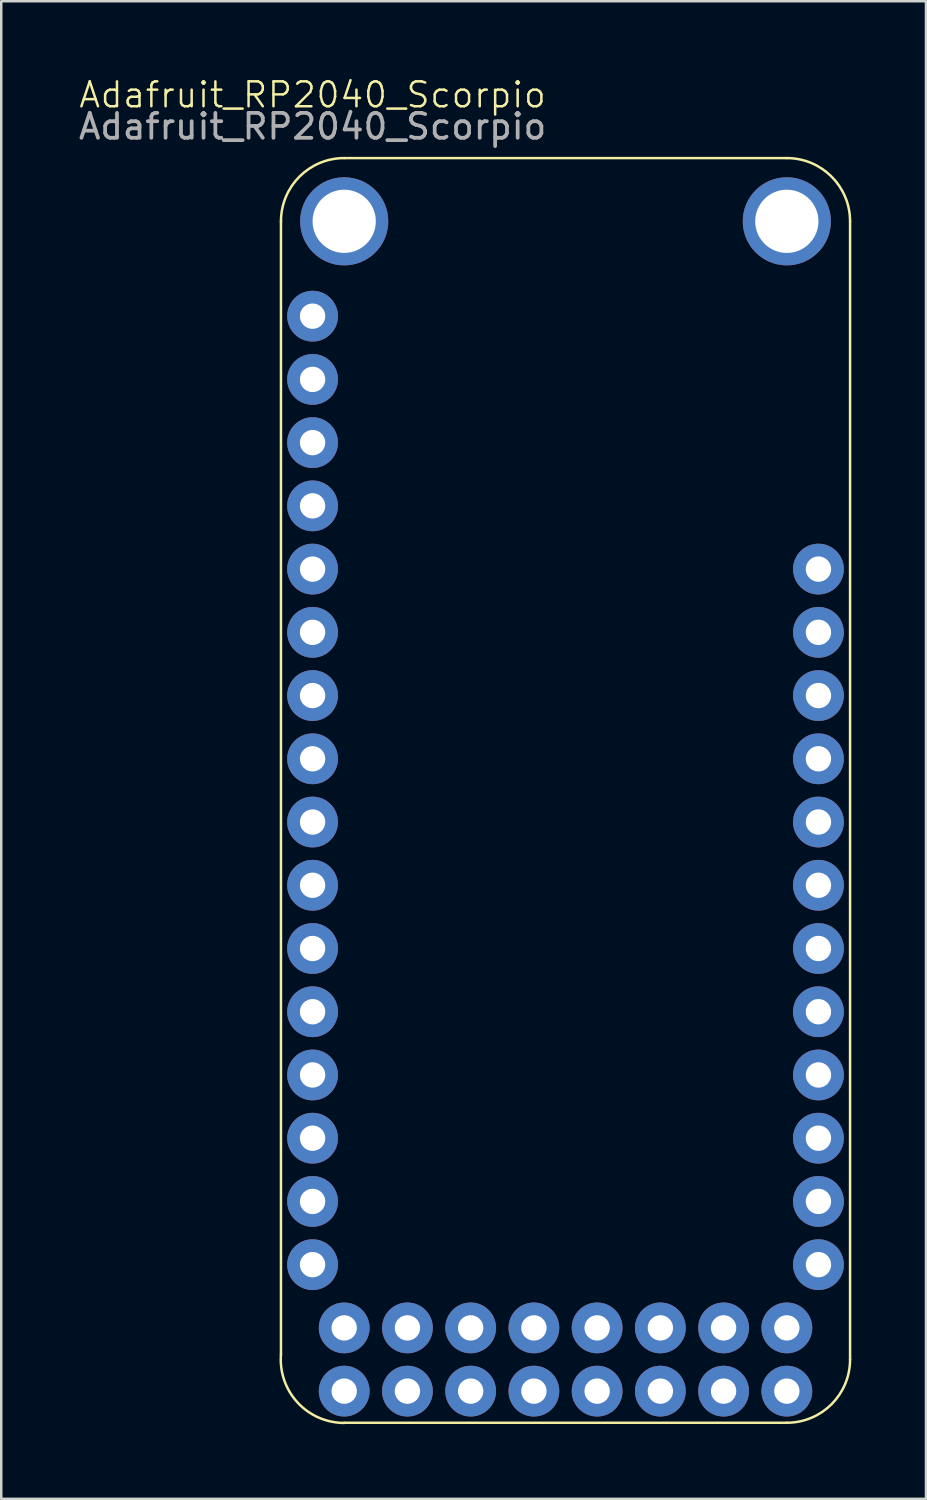
<source format=kicad_pcb>
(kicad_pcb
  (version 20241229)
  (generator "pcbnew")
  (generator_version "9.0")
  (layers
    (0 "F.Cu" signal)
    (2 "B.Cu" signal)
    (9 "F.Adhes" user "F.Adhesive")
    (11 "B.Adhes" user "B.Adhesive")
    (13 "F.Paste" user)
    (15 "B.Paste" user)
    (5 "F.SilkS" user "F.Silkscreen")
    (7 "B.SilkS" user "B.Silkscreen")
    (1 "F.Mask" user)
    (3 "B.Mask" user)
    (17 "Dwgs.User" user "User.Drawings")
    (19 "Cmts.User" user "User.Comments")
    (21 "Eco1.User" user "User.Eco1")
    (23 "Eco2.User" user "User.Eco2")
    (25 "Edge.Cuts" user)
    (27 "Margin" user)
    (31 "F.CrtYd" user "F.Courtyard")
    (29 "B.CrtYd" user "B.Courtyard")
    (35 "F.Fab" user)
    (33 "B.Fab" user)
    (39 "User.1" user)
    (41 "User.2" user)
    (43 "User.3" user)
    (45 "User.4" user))
  (footprint "Adafruit_RP2040_Scorpio"
    (layer "F.Cu")
    (at 9.506 9.65)
    (property "Reference" "Adafruit_RP2040_Scorpio" (at 0 -8.89 0) (unlocked yes) (layer "F.SilkS") (effects (font (size 1 1) (thickness 0.1))))
    (attr through_hole)
    (fp_line (start -1.27 41.71) (end -1.27 -3.81) (stroke (width 0.1) (type default)) (layer "F.SilkS"))
    (fp_line (start 1.27 -6.35) (end 19.05 -6.35) (stroke (width 0.1) (type default)) (layer "F.SilkS"))
    (fp_line (start 19.05 44.45) (end 1.27 44.45) (stroke (width 0.1) (type default)) (layer "F.SilkS"))
    (fp_line (start 21.59 -3.81) (end 21.59 41.91) (stroke (width 0.1) (type default)) (layer "F.SilkS"))
    (fp_arc (start -1.27 -3.81) (mid -0.526051 -5.606051) (end 1.27 -6.35) (stroke (width 0.1) (type default)) (layer "F.SilkS"))
    (fp_arc (start 1.27 44.457861) (mid -0.600985 43.639454) (end -1.269999 41.71) (stroke (width 0.1) (type default)) (layer "F.SilkS"))
    (fp_arc (start 19.05 -6.35) (mid 20.846051 -5.606051) (end 21.59 -3.81) (stroke (width 0.1) (type default)) (layer "F.SilkS"))
    (fp_arc (start 21.59 41.91) (mid 20.846051 43.706051) (end 19.05 44.45) (stroke (width 0.1) (type default)) (layer "F.SilkS"))
    (fp_text user "${REFERENCE}" (at 0 -7.62 0) (unlocked yes) (layer "F.Fab") (effects (font (size 1 1) (thickness 0.15))))
    (pad "" np_thru_hole circle (at 1.27 -3.81) (size 3.54 3.54) (drill 2.54) (layers "*.Cu" "*.Mask"))
    (pad "" np_thru_hole circle (at 19.05 -3.81) (size 3.54 3.54) (drill 2.54) (layers "*.Cu" "*.Mask"))
    (pad "1" thru_hole circle (at 0 0) (size 2.04 2.04) (drill 1.02) (layers "*.Cu" "*.Mask"))
    (pad "2" thru_hole circle (at 0 2.54) (size 2.04 2.04) (drill 1.02) (layers "*.Cu" "*.Mask"))
    (pad "3" thru_hole circle (at 0 5.08) (size 2.04 2.04) (drill 1.02) (layers "*.Cu" "*.Mask"))
    (pad "4" thru_hole circle (at 0 7.62) (size 2.04 2.04) (drill 1.02) (layers "*.Cu" "*.Mask"))
    (pad "5" thru_hole circle (at 0 10.16) (size 2.04 2.04) (drill 1.02) (layers "*.Cu" "*.Mask"))
    (pad "6" thru_hole circle (at 0 12.7) (size 2.04 2.04) (drill 1.02) (layers "*.Cu" "*.Mask"))
    (pad "7" thru_hole circle (at 0 15.24) (size 2.04 2.04) (drill 1.02) (layers "*.Cu" "*.Mask"))
    (pad "8" thru_hole circle (at 0 17.78) (size 2.04 2.04) (drill 1.02) (layers "*.Cu" "*.Mask"))
    (pad "9" thru_hole circle (at 0 20.32) (size 2.04 2.04) (drill 1.02) (layers "*.Cu" "*.Mask"))
    (pad "10" thru_hole circle (at 0 22.86) (size 2.04 2.04) (drill 1.02) (layers "*.Cu" "*.Mask"))
    (pad "11" thru_hole circle (at 0 25.4) (size 2.04 2.04) (drill 1.02) (layers "*.Cu" "*.Mask"))
    (pad "12" thru_hole circle (at 0 27.94) (size 2.04 2.04) (drill 1.02) (layers "*.Cu" "*.Mask"))
    (pad "13" thru_hole circle (at 0 30.48) (size 2.04 2.04) (drill 1.02) (layers "*.Cu" "*.Mask"))
    (pad "14" thru_hole circle (at 0 33.02) (size 2.04 2.04) (drill 1.02) (layers "*.Cu" "*.Mask"))
    (pad "15" thru_hole circle (at 0 35.56) (size 2.04 2.04) (drill 1.02) (layers "*.Cu" "*.Mask"))
    (pad "16" thru_hole circle (at 0 38.1) (size 2.04 2.04) (drill 1.02) (layers "*.Cu" "*.Mask"))
    (pad "17" thru_hole circle (at 20.32 38.1) (size 2.04 2.04) (drill 1.02) (layers "*.Cu" "*.Mask"))
    (pad "18" thru_hole circle (at 20.32 35.56) (size 2.04 2.04) (drill 1.02) (layers "*.Cu" "*.Mask"))
    (pad "19" thru_hole circle (at 20.32 33.02) (size 2.04 2.04) (drill 1.02) (layers "*.Cu" "*.Mask"))
    (pad "20" thru_hole circle (at 20.32 30.48) (size 2.04 2.04) (drill 1.02) (layers "*.Cu" "*.Mask"))
    (pad "21" thru_hole circle (at 20.32 27.94) (size 2.04 2.04) (drill 1.02) (layers "*.Cu" "*.Mask"))
    (pad "22" thru_hole circle (at 20.32 25.4) (size 2.04 2.04) (drill 1.02) (layers "*.Cu" "*.Mask"))
    (pad "23" thru_hole circle (at 20.32 22.86) (size 2.04 2.04) (drill 1.02) (layers "*.Cu" "*.Mask"))
    (pad "24" thru_hole circle (at 20.32 20.32) (size 2.04 2.04) (drill 1.02) (layers "*.Cu" "*.Mask"))
    (pad "25" thru_hole circle (at 20.32 17.78) (size 2.04 2.04) (drill 1.02) (layers "*.Cu" "*.Mask"))
    (pad "26" thru_hole circle (at 20.32 15.24) (size 2.04 2.04) (drill 1.02) (layers "*.Cu" "*.Mask"))
    (pad "27" thru_hole circle (at 20.32 12.7) (size 2.04 2.04) (drill 1.02) (layers "*.Cu" "*.Mask"))
    (pad "28" thru_hole circle (at 20.32 10.16) (size 2.04 2.04) (drill 1.02) (layers "*.Cu" "*.Mask"))
    (pad "29" thru_hole circle (at 19.05 40.64) (size 2.04 2.04) (drill 1.02) (layers "*.Cu" "*.Mask"))
    (pad "30" thru_hole circle (at 19.05 43.18) (size 2.04 2.04) (drill 1.02) (layers "*.Cu" "*.Mask"))
    (pad "31" thru_hole circle (at 16.51 40.64) (size 2.04 2.04) (drill 1.02) (layers "*.Cu" "*.Mask"))
    (pad "32" thru_hole circle (at 16.51 43.18) (size 2.04 2.04) (drill 1.02) (layers "*.Cu" "*.Mask"))
    (pad "33" thru_hole circle (at 13.97 40.64) (size 2.04 2.04) (drill 1.02) (layers "*.Cu" "*.Mask"))
    (pad "34" thru_hole circle (at 13.97 43.18) (size 2.04 2.04) (drill 1.02) (layers "*.Cu" "*.Mask"))
    (pad "35" thru_hole circle (at 11.43 40.64) (size 2.04 2.04) (drill 1.02) (layers "*.Cu" "*.Mask"))
    (pad "36" thru_hole circle (at 11.43 43.18) (size 2.04 2.04) (drill 1.02) (layers "*.Cu" "*.Mask"))
    (pad "37" thru_hole circle (at 8.89 40.64) (size 2.04 2.04) (drill 1.02) (layers "*.Cu" "*.Mask"))
    (pad "38" thru_hole circle (at 8.89 43.18) (size 2.04 2.04) (drill 1.02) (layers "*.Cu" "*.Mask"))
    (pad "39" thru_hole circle (at 6.35 40.64) (size 2.04 2.04) (drill 1.02) (layers "*.Cu" "*.Mask"))
    (pad "40" thru_hole circle (at 6.35 43.18) (size 2.04 2.04) (drill 1.02) (layers "*.Cu" "*.Mask"))
    (pad "41" thru_hole circle (at 3.81 40.64) (size 2.04 2.04) (drill 1.02) (layers "*.Cu" "*.Mask"))
    (pad "42" thru_hole circle (at 3.81 43.18) (size 2.04 2.04) (drill 1.02) (layers "*.Cu" "*.Mask"))
    (pad "43" thru_hole circle (at 1.27 40.64) (size 2.04 2.04) (drill 1.02) (layers "*.Cu" "*.Mask"))
    (pad "44" thru_hole circle (at 1.27 43.18) (size 2.04 2.04) (drill 1.02) (layers "*.Cu" "*.Mask")))
  (gr_rect
    (start -3 -3)
    (end 34.146 57.158)
    (stroke (width 0.1) (type default))
    (fill no)
    (layer "Edge.Cuts")))
</source>
